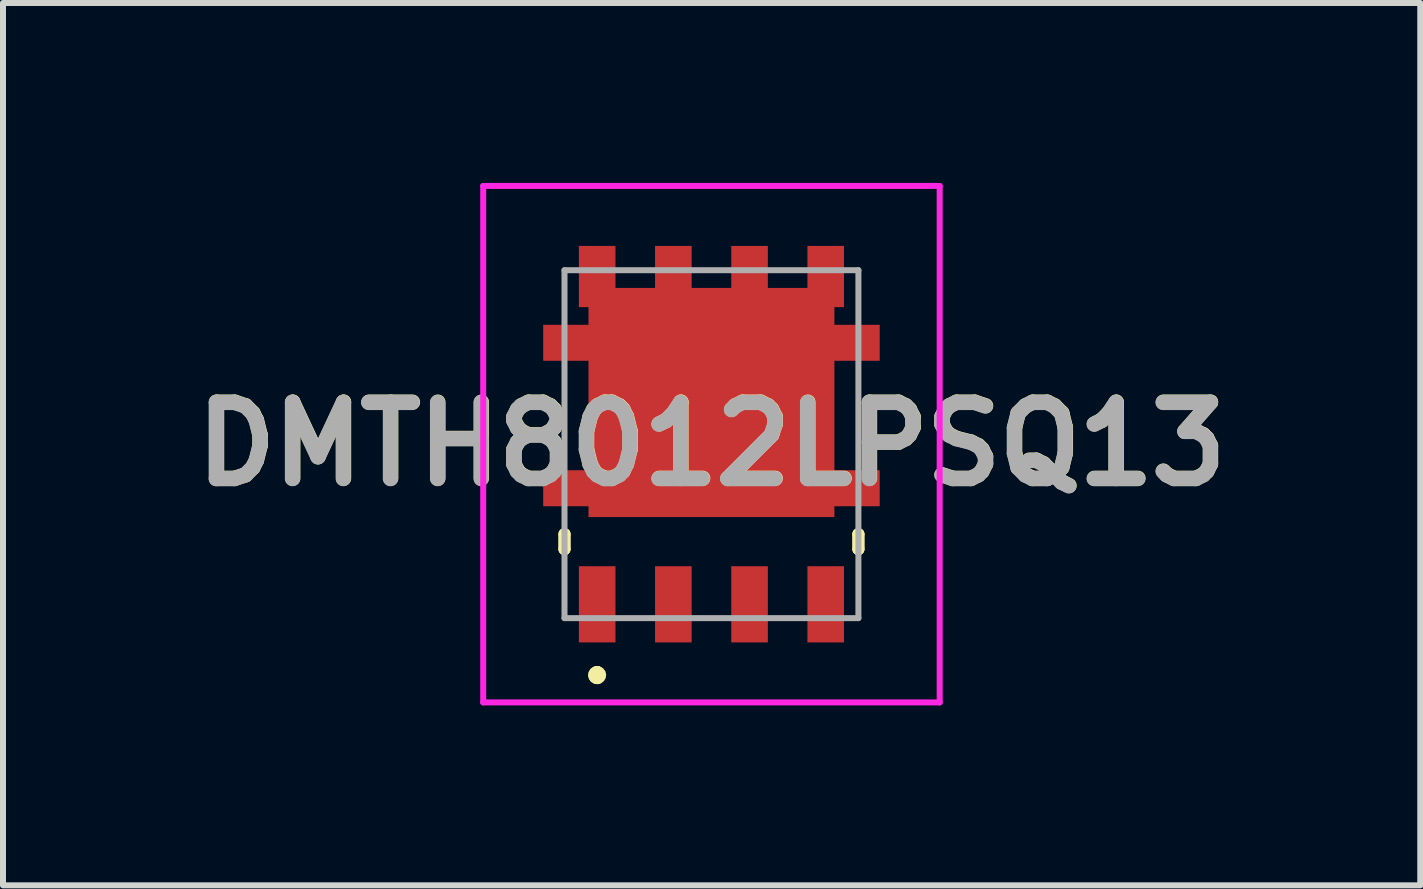
<source format=kicad_pcb>
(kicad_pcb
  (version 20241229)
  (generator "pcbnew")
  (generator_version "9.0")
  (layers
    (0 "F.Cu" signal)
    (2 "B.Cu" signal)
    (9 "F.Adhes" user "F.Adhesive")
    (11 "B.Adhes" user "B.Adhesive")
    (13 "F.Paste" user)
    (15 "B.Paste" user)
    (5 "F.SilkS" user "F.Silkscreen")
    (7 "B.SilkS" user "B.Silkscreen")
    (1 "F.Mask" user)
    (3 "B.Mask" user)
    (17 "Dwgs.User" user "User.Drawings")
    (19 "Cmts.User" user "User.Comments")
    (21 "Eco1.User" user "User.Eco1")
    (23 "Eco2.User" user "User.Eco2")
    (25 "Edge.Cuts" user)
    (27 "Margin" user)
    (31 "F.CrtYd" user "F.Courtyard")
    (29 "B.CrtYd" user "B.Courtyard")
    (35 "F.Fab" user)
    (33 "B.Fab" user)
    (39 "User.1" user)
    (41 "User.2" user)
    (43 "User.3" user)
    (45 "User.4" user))
  (footprint "DMTH8012LPSQ13"
    (layer "F.Cu")
    (at 8.816 4.35)
    (property "Reference" "DMTH8012LPSQ13" (at 0 0 0) (layer "F.SilkS") (effects (font (size 1.27 1.27) (thickness 0.254))))
    (attr smd)
    (fp_line (start -2.455 1.505) (end -2.455 1.505) (stroke (width 0.2) (type solid)) (layer "F.SilkS"))
    (fp_line (start -2.455 1.505) (end -2.455 1.755) (stroke (width 0.2) (type solid)) (layer "F.SilkS"))
    (fp_line (start -2.455 1.755) (end -2.455 1.505) (stroke (width 0.2) (type solid)) (layer "F.SilkS"))
    (fp_line (start -2.455 1.755) (end -2.455 1.755) (stroke (width 0.2) (type solid)) (layer "F.SilkS"))
    (fp_line (start -1.91 3.805) (end -1.91 3.805) (stroke (width 0.2) (type solid)) (layer "F.SilkS"))
    (fp_line (start -1.91 3.805) (end -1.91 3.805) (stroke (width 0.2) (type solid)) (layer "F.SilkS"))
    (fp_line (start -1.91 3.905) (end -1.91 3.905) (stroke (width 0.2) (type solid)) (layer "F.SilkS"))
    (fp_line (start 2.445 1.505) (end 2.445 1.505) (stroke (width 0.2) (type solid)) (layer "F.SilkS"))
    (fp_line (start 2.445 1.505) (end 2.445 1.755) (stroke (width 0.2) (type solid)) (layer "F.SilkS"))
    (fp_line (start 2.445 1.755) (end 2.445 1.505) (stroke (width 0.2) (type solid)) (layer "F.SilkS"))
    (fp_line (start 2.445 1.755) (end 2.445 1.755) (stroke (width 0.2) (type solid)) (layer "F.SilkS"))
    (fp_arc (start -1.91 3.805) (mid -1.86 3.855) (end -1.91 3.905) (stroke (width 0.2) (type solid)) (layer "F.SilkS"))
    (fp_arc (start -1.91 3.905) (mid -1.96 3.855) (end -1.91 3.805) (stroke (width 0.2) (type solid)) (layer "F.SilkS"))
    (fp_arc (start -1.91 3.905) (mid -1.96 3.855) (end -1.91 3.805) (stroke (width 0.2) (type solid)) (layer "F.SilkS"))
    (fp_line (start -3.81 -4.3) (end 3.8 -4.3) (stroke (width 0.1) (type solid)) (layer "F.CrtYd"))
    (fp_line (start -3.81 4.31) (end -3.81 -4.3) (stroke (width 0.1) (type solid)) (layer "F.CrtYd"))
    (fp_line (start 3.8 -4.3) (end 3.8 4.31) (stroke (width 0.1) (type solid)) (layer "F.CrtYd"))
    (fp_line (start 3.8 4.31) (end -3.81 4.31) (stroke (width 0.1) (type solid)) (layer "F.CrtYd"))
    (fp_line (start -2.455 -2.895) (end -2.455 2.905) (stroke (width 0.1) (type solid)) (layer "F.Fab"))
    (fp_line (start -2.455 2.905) (end 2.445 2.905) (stroke (width 0.1) (type solid)) (layer "F.Fab"))
    (fp_line (start 2.445 -2.895) (end -2.455 -2.895) (stroke (width 0.1) (type solid)) (layer "F.Fab"))
    (fp_line (start 2.445 2.905) (end 2.445 -2.895) (stroke (width 0.1) (type solid)) (layer "F.Fab"))
    (fp_text user "${REFERENCE}" (at -0.005 0.005 0) (layer "F.Fab") (effects (font (size 1.27 1.27) (thickness 0.254))))
    (pad "1" smd rect (at -1.91 2.675) (size 0.61 1.27) (layers "F.Cu" "F.Mask" "F.Paste"))
    (pad "1" smd rect (at -0.64 2.675) (size 0.61 1.27) (layers "F.Cu" "F.Mask" "F.Paste"))
    (pad "1" smd rect (at 0.63 2.675) (size 0.61 1.27) (layers "F.Cu" "F.Mask" "F.Paste"))
    (pad "1" smd rect (at 1.9 2.675) (size 0.61 1.27) (layers "F.Cu" "F.Mask" "F.Paste"))
    (pad "8" smd rect (at -1.91 -2.79) (size 0.61 1.02) (layers "F.Cu" "F.Mask" "F.Paste"))
    (pad "8" smd rect (at -0.64 -2.945) (size 0.61 0.71) (layers "F.Cu" "F.Mask" "F.Paste"))
    (pad "8" smd rect (at -0.005 -1.685 90) (size 0.6 5.61) (layers "F.Cu" "F.Mask" "F.Paste"))
    (pad "8" smd rect (at -0.005 -0.69 90) (size 3.82 4.1) (layers "F.Cu" "F.Mask" "F.Paste"))
    (pad "8" smd rect (at -0.005 0.74 90) (size 0.6 5.61) (layers "F.Cu" "F.Mask" "F.Paste"))
    (pad "8" smd rect (at 0.63 -2.945) (size 0.61 0.71) (layers "F.Cu" "F.Mask" "F.Paste"))
    (pad "8" smd rect (at 1.9 -2.79) (size 0.61 1.02) (layers "F.Cu" "F.Mask" "F.Paste")))
  (gr_rect
    (start -3 -3)
    (end 20.628 11.71)
    (stroke (width 0.1) (type default))
    (fill no)
    (layer "Edge.Cuts")))
</source>
